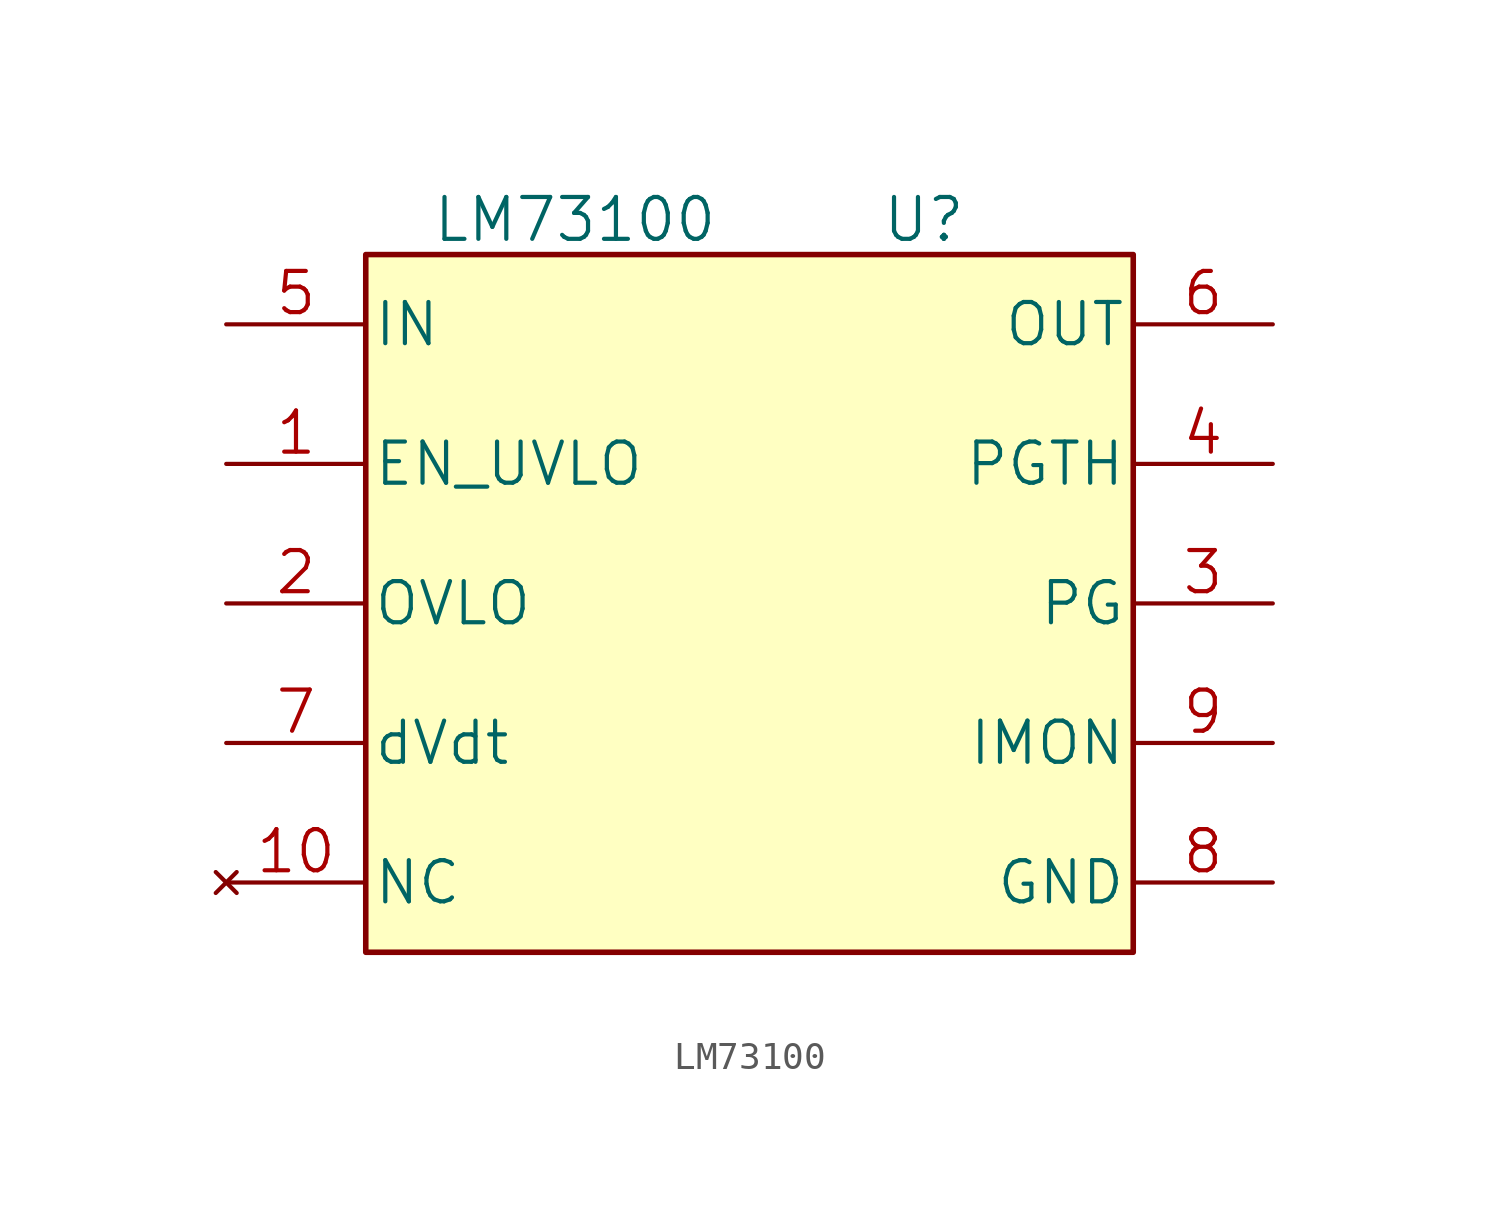
<source format=kicad_sym>
(kicad_symbol_lib
  (version 20211014)
  (generator kicad_symbol_editor)
  (symbol "LM73100"
    (pin_names
      (offset 0.254))
    (property "Reference" "U"
      (at 25.4 3.81 0)
      (effects (font (size 1.524 1.524))))
    (property "Value" "LM73100"
      (at 12.7 3.81 0)
      (effects (font (size 1.524 1.524))))
    (symbol "LM73100_1_1"
      (rectangle (start 5.08 2.54) (end 33.02 -22.86) (stroke (width 0.203) (type default) (color 0 0 0 0)) (fill (type background)))
      (pin input line (at 0 -5.08 0) (length 5.08) (name "EN_UVLO" (effects (font (size 1.499 1.499)))) (number "1" (effects (font (size 1.499 1.499)))))
      (pin no_connect line (at 0 -20.32 0) (length 5.08) (name "NC" (effects (font (size 1.499 1.499)))) (number "10" (effects (font (size 1.499 1.499)))))
      (pin input line (at 0 -10.16 0) (length 5.08) (name "OVLO" (effects (font (size 1.499 1.499)))) (number "2" (effects (font (size 1.499 1.499)))))
      (pin output line (at 38.1 -10.16 180) (length 5.08) (name "PG" (effects (font (size 1.499 1.499)))) (number "3" (effects (font (size 1.499 1.499)))))
      (pin input line (at 38.1 -5.08 180) (length 5.08) (name "PGTH" (effects (font (size 1.499 1.499)))) (number "4" (effects (font (size 1.499 1.499)))))
      (pin power_in line (at 0 0 0) (length 5.08) (name "IN" (effects (font (size 1.499 1.499)))) (number "5" (effects (font (size 1.499 1.499)))))
      (pin power_in line (at 38.1 0 180) (length 5.08) (name "OUT" (effects (font (size 1.499 1.499)))) (number "6" (effects (font (size 1.499 1.499)))))
      (pin output line (at 0 -15.24 0) (length 5.08) (name "dVdt" (effects (font (size 1.499 1.499)))) (number "7" (effects (font (size 1.499 1.499)))))
      (pin power_in line (at 38.1 -20.32 180) (length 5.08) (name "GND" (effects (font (size 1.499 1.499)))) (number "8" (effects (font (size 1.499 1.499)))))
      (pin output line (at 38.1 -15.24 180) (length 5.08) (name "IMON" (effects (font (size 1.499 1.499)))) (number "9" (effects (font (size 1.499 1.499))))))))
</source>
